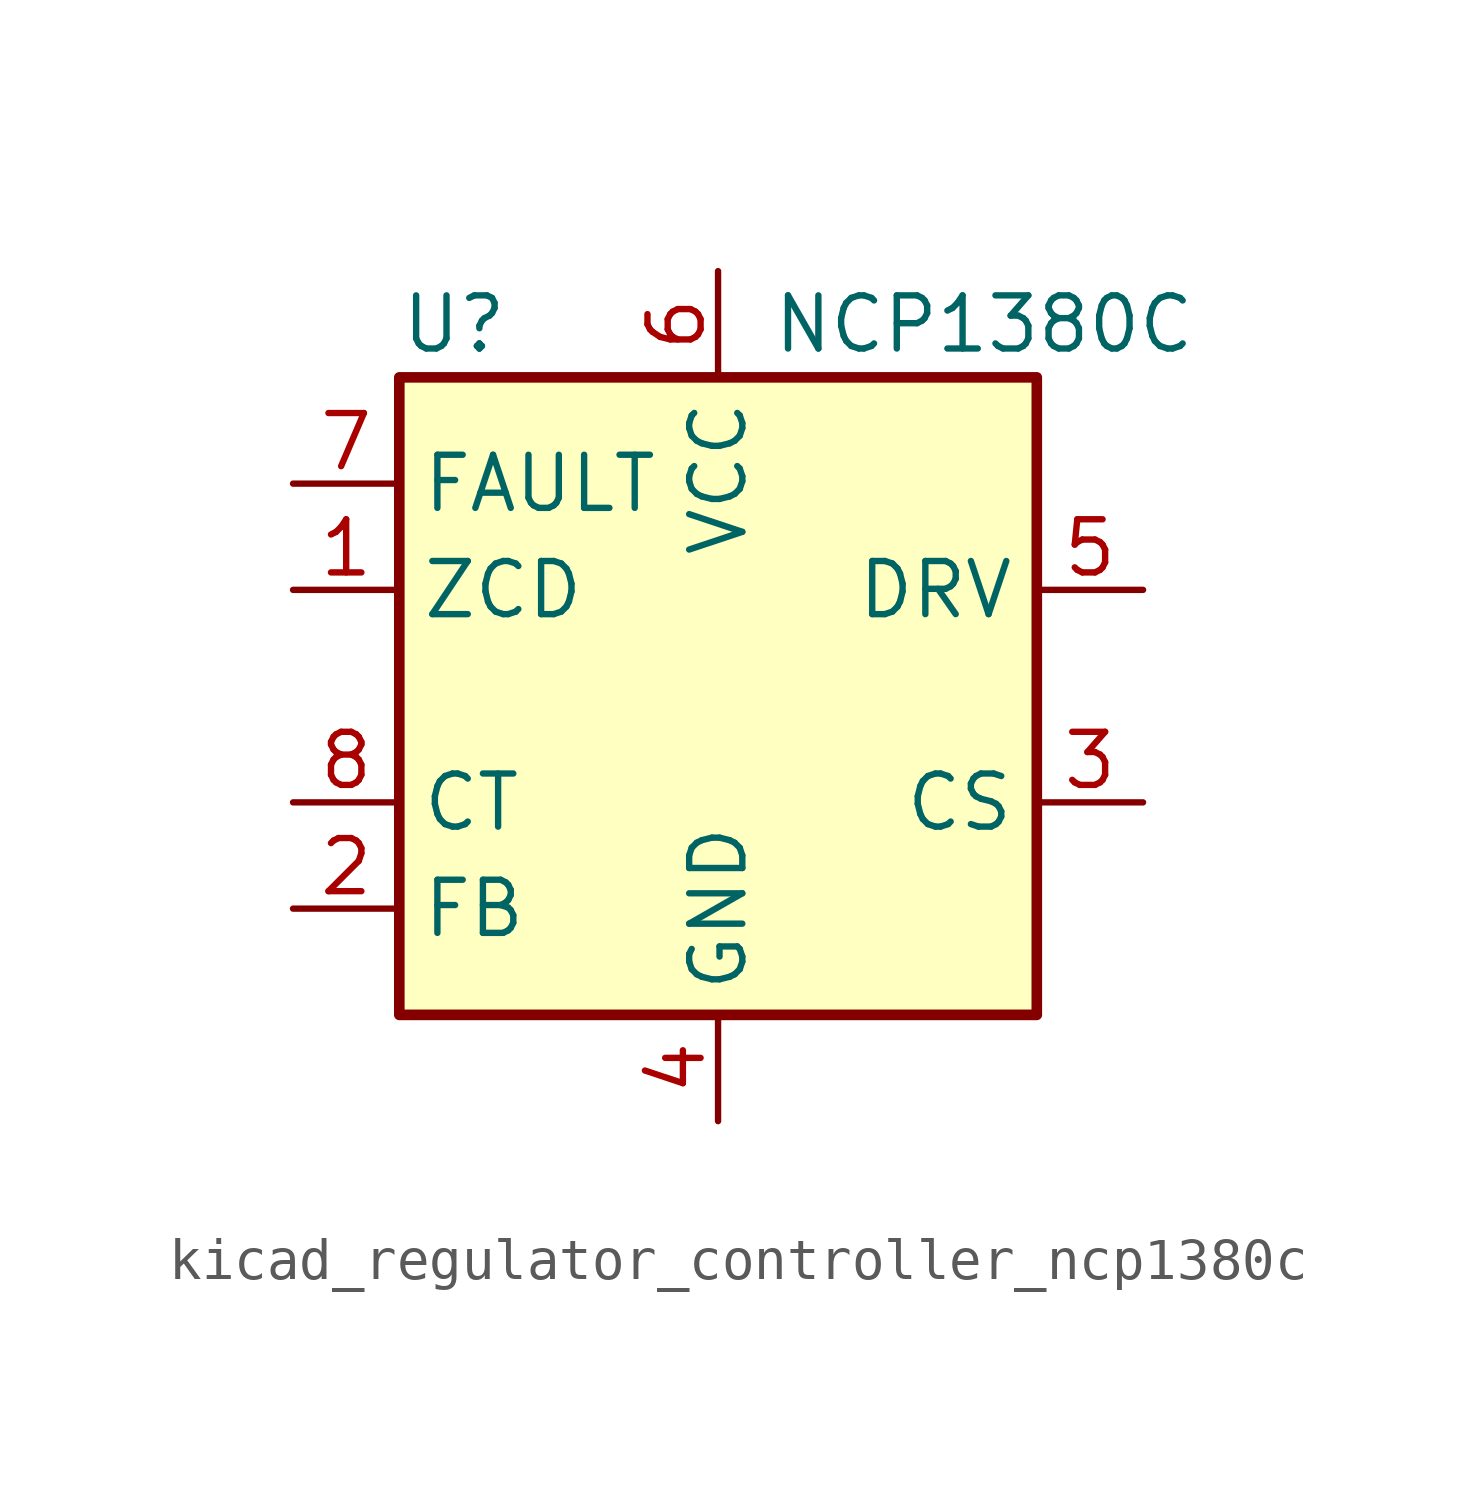
<source format=kicad_sym>
(kicad_symbol_lib
  (version 20220914)
  (generator kicad_symbol_editor)
  (symbol "kicad_regulator_controller_ncp1380c"
    (property "Reference" "U"
      (at -7.62 8.89 0)
      (effects (font (size 1.27 1.27)) (justify left)))
    (property "Value" "NCP1380C"
      (at 1.27 8.89 0)
      (effects (font (size 1.27 1.27)) (justify left)))
    (symbol "kicad_regulator_controller_ncp1380c_0_0"
      (rectangle (start -7.62 7.62) (end 7.62 -7.62) (stroke (width 0.254) (type default)) (fill (type background))))
    (symbol "kicad_regulator_controller_ncp1380c_1_1"
      (pin input line (at -10.16 2.54 0) (length 2.54) (name "ZCD" (effects (font (size 1.27 1.27)))) (number "1" (effects (font (size 1.27 1.27)))))
      (pin input line (at -10.16 -5.08 0) (length 2.54) (name "FB" (effects (font (size 1.27 1.27)))) (number "2" (effects (font (size 1.27 1.27)))))
      (pin input line (at 10.16 -2.54 180) (length 2.54) (name "CS" (effects (font (size 1.27 1.27)))) (number "3" (effects (font (size 1.27 1.27)))))
      (pin power_in line (at 0 -10.16 90) (length 2.54) (name "GND" (effects (font (size 1.27 1.27)))) (number "4" (effects (font (size 1.27 1.27)))))
      (pin output line (at 10.16 2.54 180) (length 2.54) (name "DRV" (effects (font (size 1.27 1.27)))) (number "5" (effects (font (size 1.27 1.27)))))
      (pin power_in line (at 0 10.16 270) (length 2.54) (name "VCC" (effects (font (size 1.27 1.27)))) (number "6" (effects (font (size 1.27 1.27)))))
      (pin input line (at -10.16 5.08 0) (length 2.54) (name "FAULT" (effects (font (size 1.27 1.27)))) (number "7" (effects (font (size 1.27 1.27)))))
      (pin passive line (at -10.16 -2.54 0) (length 2.54) (name "CT" (effects (font (size 1.27 1.27)))) (number "8" (effects (font (size 1.27 1.27))))))))
</source>
